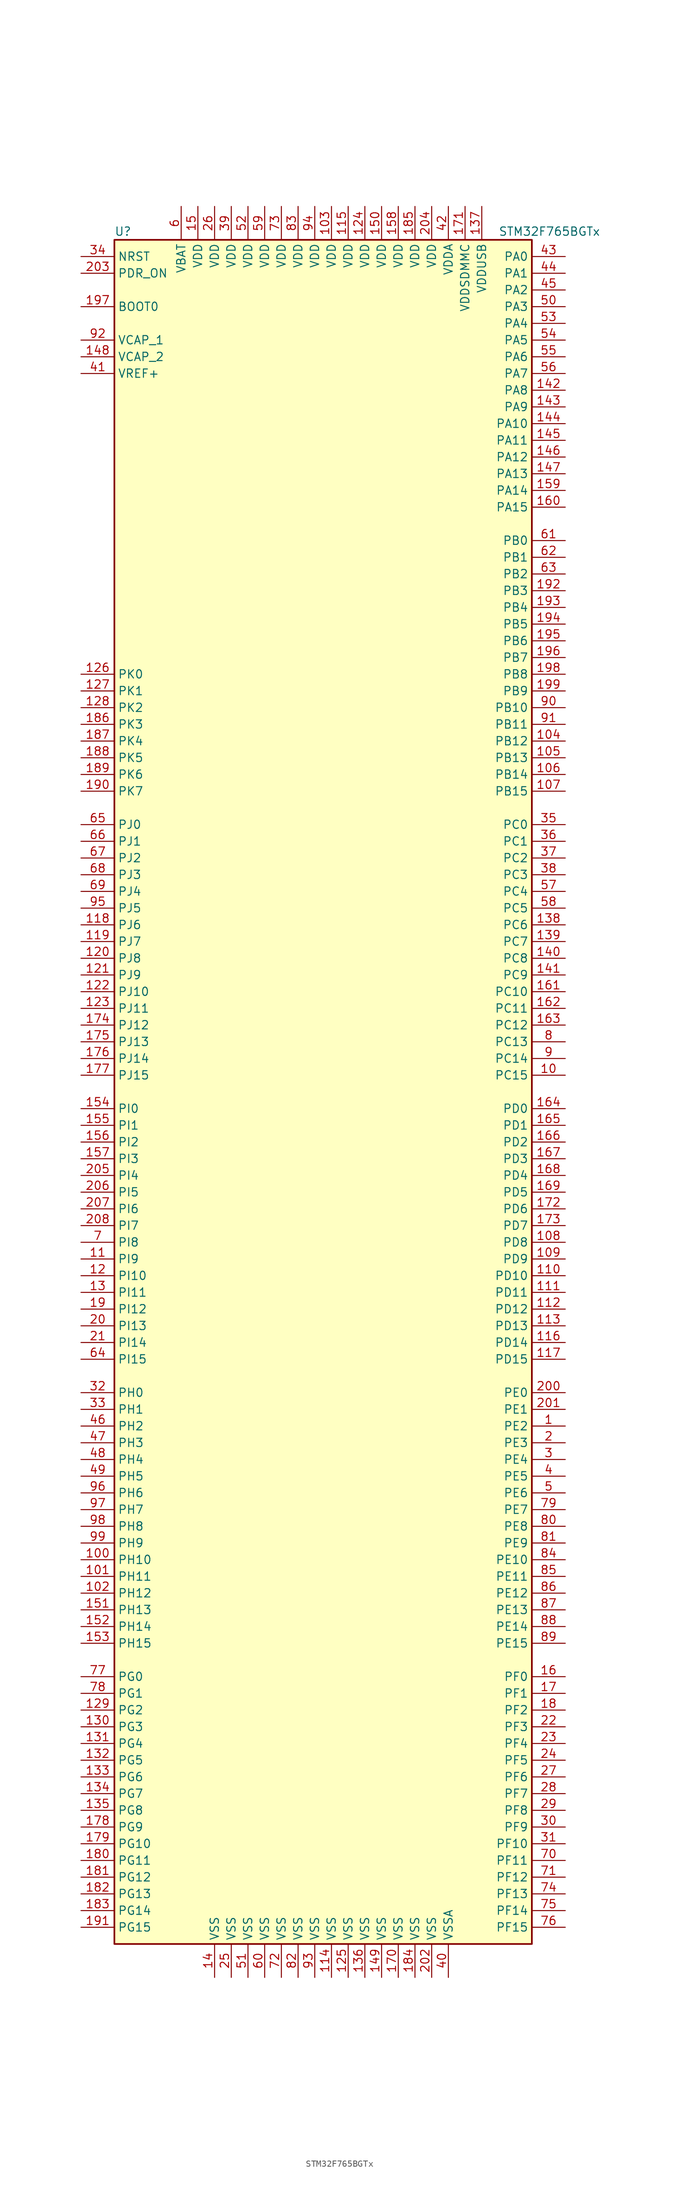
<source format=kicad_sym>
(kicad_symbol_lib
  (version 20201005)
  (generator kicad_symbol_editor)
  (symbol "STM32F765BGTx"
    (property "Reference" "U"
      (at -33.02 130.81 0)
      (effects (font (size 1.27 1.27)) (justify left)))
    (property "Value" "STM32F765BGTx"
      (at 25.4 130.81 0)
      (effects (font (size 1.27 1.27)) (justify left)))
    (symbol "STM32F765BGTx_0_1"
      (rectangle (start -33.02 -129.54) (end 30.48 129.54) (stroke (width 0.254)) (fill (type background))))
    (symbol "STM32F765BGTx_1_1"
      (pin input line (at -38.1 119.38 0) (length 5.08) (name "BOOT0" (effects (font (size 1.27 1.27)))) (number "197" (effects (font (size 1.27 1.27)))))
      (pin input line (at -38.1 127 0) (length 5.08) (name "NRST" (effects (font (size 1.27 1.27)))) (number "34" (effects (font (size 1.27 1.27)))))
      (pin bidirectional line (at 35.56 127 180) (length 5.08) (name "PA0" (effects (font (size 1.27 1.27)))) (number "43" (effects (font (size 1.27 1.27)))))
      (pin bidirectional line (at 35.56 124.46 180) (length 5.08) (name "PA1" (effects (font (size 1.27 1.27)))) (number "44" (effects (font (size 1.27 1.27)))))
      (pin bidirectional line (at 35.56 101.6 180) (length 5.08) (name "PA10" (effects (font (size 1.27 1.27)))) (number "144" (effects (font (size 1.27 1.27)))))
      (pin bidirectional line (at 35.56 99.06 180) (length 5.08) (name "PA11" (effects (font (size 1.27 1.27)))) (number "145" (effects (font (size 1.27 1.27)))))
      (pin bidirectional line (at 35.56 96.52 180) (length 5.08) (name "PA12" (effects (font (size 1.27 1.27)))) (number "146" (effects (font (size 1.27 1.27)))))
      (pin bidirectional line (at 35.56 93.98 180) (length 5.08) (name "PA13" (effects (font (size 1.27 1.27)))) (number "147" (effects (font (size 1.27 1.27)))))
      (pin bidirectional line (at 35.56 91.44 180) (length 5.08) (name "PA14" (effects (font (size 1.27 1.27)))) (number "159" (effects (font (size 1.27 1.27)))))
      (pin bidirectional line (at 35.56 88.9 180) (length 5.08) (name "PA15" (effects (font (size 1.27 1.27)))) (number "160" (effects (font (size 1.27 1.27)))))
      (pin bidirectional line (at 35.56 121.92 180) (length 5.08) (name "PA2" (effects (font (size 1.27 1.27)))) (number "45" (effects (font (size 1.27 1.27)))))
      (pin bidirectional line (at 35.56 119.38 180) (length 5.08) (name "PA3" (effects (font (size 1.27 1.27)))) (number "50" (effects (font (size 1.27 1.27)))))
      (pin bidirectional line (at 35.56 116.84 180) (length 5.08) (name "PA4" (effects (font (size 1.27 1.27)))) (number "53" (effects (font (size 1.27 1.27)))))
      (pin bidirectional line (at 35.56 114.3 180) (length 5.08) (name "PA5" (effects (font (size 1.27 1.27)))) (number "54" (effects (font (size 1.27 1.27)))))
      (pin bidirectional line (at 35.56 111.76 180) (length 5.08) (name "PA6" (effects (font (size 1.27 1.27)))) (number "55" (effects (font (size 1.27 1.27)))))
      (pin bidirectional line (at 35.56 109.22 180) (length 5.08) (name "PA7" (effects (font (size 1.27 1.27)))) (number "56" (effects (font (size 1.27 1.27)))))
      (pin bidirectional line (at 35.56 106.68 180) (length 5.08) (name "PA8" (effects (font (size 1.27 1.27)))) (number "142" (effects (font (size 1.27 1.27)))))
      (pin bidirectional line (at 35.56 104.14 180) (length 5.08) (name "PA9" (effects (font (size 1.27 1.27)))) (number "143" (effects (font (size 1.27 1.27)))))
      (pin bidirectional line (at 35.56 83.82 180) (length 5.08) (name "PB0" (effects (font (size 1.27 1.27)))) (number "61" (effects (font (size 1.27 1.27)))))
      (pin bidirectional line (at 35.56 81.28 180) (length 5.08) (name "PB1" (effects (font (size 1.27 1.27)))) (number "62" (effects (font (size 1.27 1.27)))))
      (pin bidirectional line (at 35.56 58.42 180) (length 5.08) (name "PB10" (effects (font (size 1.27 1.27)))) (number "90" (effects (font (size 1.27 1.27)))))
      (pin bidirectional line (at 35.56 55.88 180) (length 5.08) (name "PB11" (effects (font (size 1.27 1.27)))) (number "91" (effects (font (size 1.27 1.27)))))
      (pin bidirectional line (at 35.56 53.34 180) (length 5.08) (name "PB12" (effects (font (size 1.27 1.27)))) (number "104" (effects (font (size 1.27 1.27)))))
      (pin bidirectional line (at 35.56 50.8 180) (length 5.08) (name "PB13" (effects (font (size 1.27 1.27)))) (number "105" (effects (font (size 1.27 1.27)))))
      (pin bidirectional line (at 35.56 48.26 180) (length 5.08) (name "PB14" (effects (font (size 1.27 1.27)))) (number "106" (effects (font (size 1.27 1.27)))))
      (pin bidirectional line (at 35.56 45.72 180) (length 5.08) (name "PB15" (effects (font (size 1.27 1.27)))) (number "107" (effects (font (size 1.27 1.27)))))
      (pin bidirectional line (at 35.56 78.74 180) (length 5.08) (name "PB2" (effects (font (size 1.27 1.27)))) (number "63" (effects (font (size 1.27 1.27)))))
      (pin bidirectional line (at 35.56 76.2 180) (length 5.08) (name "PB3" (effects (font (size 1.27 1.27)))) (number "192" (effects (font (size 1.27 1.27)))))
      (pin bidirectional line (at 35.56 73.66 180) (length 5.08) (name "PB4" (effects (font (size 1.27 1.27)))) (number "193" (effects (font (size 1.27 1.27)))))
      (pin bidirectional line (at 35.56 71.12 180) (length 5.08) (name "PB5" (effects (font (size 1.27 1.27)))) (number "194" (effects (font (size 1.27 1.27)))))
      (pin bidirectional line (at 35.56 68.58 180) (length 5.08) (name "PB6" (effects (font (size 1.27 1.27)))) (number "195" (effects (font (size 1.27 1.27)))))
      (pin bidirectional line (at 35.56 66.04 180) (length 5.08) (name "PB7" (effects (font (size 1.27 1.27)))) (number "196" (effects (font (size 1.27 1.27)))))
      (pin bidirectional line (at 35.56 63.5 180) (length 5.08) (name "PB8" (effects (font (size 1.27 1.27)))) (number "198" (effects (font (size 1.27 1.27)))))
      (pin bidirectional line (at 35.56 60.96 180) (length 5.08) (name "PB9" (effects (font (size 1.27 1.27)))) (number "199" (effects (font (size 1.27 1.27)))))
      (pin bidirectional line (at 35.56 40.64 180) (length 5.08) (name "PC0" (effects (font (size 1.27 1.27)))) (number "35" (effects (font (size 1.27 1.27)))))
      (pin bidirectional line (at 35.56 38.1 180) (length 5.08) (name "PC1" (effects (font (size 1.27 1.27)))) (number "36" (effects (font (size 1.27 1.27)))))
      (pin bidirectional line (at 35.56 15.24 180) (length 5.08) (name "PC10" (effects (font (size 1.27 1.27)))) (number "161" (effects (font (size 1.27 1.27)))))
      (pin bidirectional line (at 35.56 12.7 180) (length 5.08) (name "PC11" (effects (font (size 1.27 1.27)))) (number "162" (effects (font (size 1.27 1.27)))))
      (pin bidirectional line (at 35.56 10.16 180) (length 5.08) (name "PC12" (effects (font (size 1.27 1.27)))) (number "163" (effects (font (size 1.27 1.27)))))
      (pin bidirectional line (at 35.56 7.62 180) (length 5.08) (name "PC13" (effects (font (size 1.27 1.27)))) (number "8" (effects (font (size 1.27 1.27)))))
      (pin bidirectional line (at 35.56 5.08 180) (length 5.08) (name "PC14" (effects (font (size 1.27 1.27)))) (number "9" (effects (font (size 1.27 1.27)))))
      (pin bidirectional line (at 35.56 2.54 180) (length 5.08) (name "PC15" (effects (font (size 1.27 1.27)))) (number "10" (effects (font (size 1.27 1.27)))))
      (pin bidirectional line (at 35.56 35.56 180) (length 5.08) (name "PC2" (effects (font (size 1.27 1.27)))) (number "37" (effects (font (size 1.27 1.27)))))
      (pin bidirectional line (at 35.56 33.02 180) (length 5.08) (name "PC3" (effects (font (size 1.27 1.27)))) (number "38" (effects (font (size 1.27 1.27)))))
      (pin bidirectional line (at 35.56 30.48 180) (length 5.08) (name "PC4" (effects (font (size 1.27 1.27)))) (number "57" (effects (font (size 1.27 1.27)))))
      (pin bidirectional line (at 35.56 27.94 180) (length 5.08) (name "PC5" (effects (font (size 1.27 1.27)))) (number "58" (effects (font (size 1.27 1.27)))))
      (pin bidirectional line (at 35.56 25.4 180) (length 5.08) (name "PC6" (effects (font (size 1.27 1.27)))) (number "138" (effects (font (size 1.27 1.27)))))
      (pin bidirectional line (at 35.56 22.86 180) (length 5.08) (name "PC7" (effects (font (size 1.27 1.27)))) (number "139" (effects (font (size 1.27 1.27)))))
      (pin bidirectional line (at 35.56 20.32 180) (length 5.08) (name "PC8" (effects (font (size 1.27 1.27)))) (number "140" (effects (font (size 1.27 1.27)))))
      (pin bidirectional line (at 35.56 17.78 180) (length 5.08) (name "PC9" (effects (font (size 1.27 1.27)))) (number "141" (effects (font (size 1.27 1.27)))))
      (pin bidirectional line (at 35.56 -2.54 180) (length 5.08) (name "PD0" (effects (font (size 1.27 1.27)))) (number "164" (effects (font (size 1.27 1.27)))))
      (pin bidirectional line (at 35.56 -5.08 180) (length 5.08) (name "PD1" (effects (font (size 1.27 1.27)))) (number "165" (effects (font (size 1.27 1.27)))))
      (pin bidirectional line (at 35.56 -27.94 180) (length 5.08) (name "PD10" (effects (font (size 1.27 1.27)))) (number "110" (effects (font (size 1.27 1.27)))))
      (pin bidirectional line (at 35.56 -30.48 180) (length 5.08) (name "PD11" (effects (font (size 1.27 1.27)))) (number "111" (effects (font (size 1.27 1.27)))))
      (pin bidirectional line (at 35.56 -33.02 180) (length 5.08) (name "PD12" (effects (font (size 1.27 1.27)))) (number "112" (effects (font (size 1.27 1.27)))))
      (pin bidirectional line (at 35.56 -35.56 180) (length 5.08) (name "PD13" (effects (font (size 1.27 1.27)))) (number "113" (effects (font (size 1.27 1.27)))))
      (pin bidirectional line (at 35.56 -38.1 180) (length 5.08) (name "PD14" (effects (font (size 1.27 1.27)))) (number "116" (effects (font (size 1.27 1.27)))))
      (pin bidirectional line (at 35.56 -40.64 180) (length 5.08) (name "PD15" (effects (font (size 1.27 1.27)))) (number "117" (effects (font (size 1.27 1.27)))))
      (pin bidirectional line (at 35.56 -7.62 180) (length 5.08) (name "PD2" (effects (font (size 1.27 1.27)))) (number "166" (effects (font (size 1.27 1.27)))))
      (pin bidirectional line (at 35.56 -10.16 180) (length 5.08) (name "PD3" (effects (font (size 1.27 1.27)))) (number "167" (effects (font (size 1.27 1.27)))))
      (pin bidirectional line (at 35.56 -12.7 180) (length 5.08) (name "PD4" (effects (font (size 1.27 1.27)))) (number "168" (effects (font (size 1.27 1.27)))))
      (pin bidirectional line (at 35.56 -15.24 180) (length 5.08) (name "PD5" (effects (font (size 1.27 1.27)))) (number "169" (effects (font (size 1.27 1.27)))))
      (pin bidirectional line (at 35.56 -17.78 180) (length 5.08) (name "PD6" (effects (font (size 1.27 1.27)))) (number "172" (effects (font (size 1.27 1.27)))))
      (pin bidirectional line (at 35.56 -20.32 180) (length 5.08) (name "PD7" (effects (font (size 1.27 1.27)))) (number "173" (effects (font (size 1.27 1.27)))))
      (pin bidirectional line (at 35.56 -22.86 180) (length 5.08) (name "PD8" (effects (font (size 1.27 1.27)))) (number "108" (effects (font (size 1.27 1.27)))))
      (pin bidirectional line (at 35.56 -25.4 180) (length 5.08) (name "PD9" (effects (font (size 1.27 1.27)))) (number "109" (effects (font (size 1.27 1.27)))))
      (pin input line (at -38.1 124.46 0) (length 5.08) (name "PDR_ON" (effects (font (size 1.27 1.27)))) (number "203" (effects (font (size 1.27 1.27)))))
      (pin bidirectional line (at 35.56 -45.72 180) (length 5.08) (name "PE0" (effects (font (size 1.27 1.27)))) (number "200" (effects (font (size 1.27 1.27)))))
      (pin bidirectional line (at 35.56 -48.26 180) (length 5.08) (name "PE1" (effects (font (size 1.27 1.27)))) (number "201" (effects (font (size 1.27 1.27)))))
      (pin bidirectional line (at 35.56 -71.12 180) (length 5.08) (name "PE10" (effects (font (size 1.27 1.27)))) (number "84" (effects (font (size 1.27 1.27)))))
      (pin bidirectional line (at 35.56 -73.66 180) (length 5.08) (name "PE11" (effects (font (size 1.27 1.27)))) (number "85" (effects (font (size 1.27 1.27)))))
      (pin bidirectional line (at 35.56 -76.2 180) (length 5.08) (name "PE12" (effects (font (size 1.27 1.27)))) (number "86" (effects (font (size 1.27 1.27)))))
      (pin bidirectional line (at 35.56 -78.74 180) (length 5.08) (name "PE13" (effects (font (size 1.27 1.27)))) (number "87" (effects (font (size 1.27 1.27)))))
      (pin bidirectional line (at 35.56 -81.28 180) (length 5.08) (name "PE14" (effects (font (size 1.27 1.27)))) (number "88" (effects (font (size 1.27 1.27)))))
      (pin bidirectional line (at 35.56 -83.82 180) (length 5.08) (name "PE15" (effects (font (size 1.27 1.27)))) (number "89" (effects (font (size 1.27 1.27)))))
      (pin bidirectional line (at 35.56 -50.8 180) (length 5.08) (name "PE2" (effects (font (size 1.27 1.27)))) (number "1" (effects (font (size 1.27 1.27)))))
      (pin bidirectional line (at 35.56 -53.34 180) (length 5.08) (name "PE3" (effects (font (size 1.27 1.27)))) (number "2" (effects (font (size 1.27 1.27)))))
      (pin bidirectional line (at 35.56 -55.88 180) (length 5.08) (name "PE4" (effects (font (size 1.27 1.27)))) (number "3" (effects (font (size 1.27 1.27)))))
      (pin bidirectional line (at 35.56 -58.42 180) (length 5.08) (name "PE5" (effects (font (size 1.27 1.27)))) (number "4" (effects (font (size 1.27 1.27)))))
      (pin bidirectional line (at 35.56 -60.96 180) (length 5.08) (name "PE6" (effects (font (size 1.27 1.27)))) (number "5" (effects (font (size 1.27 1.27)))))
      (pin bidirectional line (at 35.56 -63.5 180) (length 5.08) (name "PE7" (effects (font (size 1.27 1.27)))) (number "79" (effects (font (size 1.27 1.27)))))
      (pin bidirectional line (at 35.56 -66.04 180) (length 5.08) (name "PE8" (effects (font (size 1.27 1.27)))) (number "80" (effects (font (size 1.27 1.27)))))
      (pin bidirectional line (at 35.56 -68.58 180) (length 5.08) (name "PE9" (effects (font (size 1.27 1.27)))) (number "81" (effects (font (size 1.27 1.27)))))
      (pin bidirectional line (at 35.56 -88.9 180) (length 5.08) (name "PF0" (effects (font (size 1.27 1.27)))) (number "16" (effects (font (size 1.27 1.27)))))
      (pin bidirectional line (at 35.56 -91.44 180) (length 5.08) (name "PF1" (effects (font (size 1.27 1.27)))) (number "17" (effects (font (size 1.27 1.27)))))
      (pin bidirectional line (at 35.56 -114.3 180) (length 5.08) (name "PF10" (effects (font (size 1.27 1.27)))) (number "31" (effects (font (size 1.27 1.27)))))
      (pin bidirectional line (at 35.56 -116.84 180) (length 5.08) (name "PF11" (effects (font (size 1.27 1.27)))) (number "70" (effects (font (size 1.27 1.27)))))
      (pin bidirectional line (at 35.56 -119.38 180) (length 5.08) (name "PF12" (effects (font (size 1.27 1.27)))) (number "71" (effects (font (size 1.27 1.27)))))
      (pin bidirectional line (at 35.56 -121.92 180) (length 5.08) (name "PF13" (effects (font (size 1.27 1.27)))) (number "74" (effects (font (size 1.27 1.27)))))
      (pin bidirectional line (at 35.56 -124.46 180) (length 5.08) (name "PF14" (effects (font (size 1.27 1.27)))) (number "75" (effects (font (size 1.27 1.27)))))
      (pin bidirectional line (at 35.56 -127 180) (length 5.08) (name "PF15" (effects (font (size 1.27 1.27)))) (number "76" (effects (font (size 1.27 1.27)))))
      (pin bidirectional line (at 35.56 -93.98 180) (length 5.08) (name "PF2" (effects (font (size 1.27 1.27)))) (number "18" (effects (font (size 1.27 1.27)))))
      (pin bidirectional line (at 35.56 -96.52 180) (length 5.08) (name "PF3" (effects (font (size 1.27 1.27)))) (number "22" (effects (font (size 1.27 1.27)))))
      (pin bidirectional line (at 35.56 -99.06 180) (length 5.08) (name "PF4" (effects (font (size 1.27 1.27)))) (number "23" (effects (font (size 1.27 1.27)))))
      (pin bidirectional line (at 35.56 -101.6 180) (length 5.08) (name "PF5" (effects (font (size 1.27 1.27)))) (number "24" (effects (font (size 1.27 1.27)))))
      (pin bidirectional line (at 35.56 -104.14 180) (length 5.08) (name "PF6" (effects (font (size 1.27 1.27)))) (number "27" (effects (font (size 1.27 1.27)))))
      (pin bidirectional line (at 35.56 -106.68 180) (length 5.08) (name "PF7" (effects (font (size 1.27 1.27)))) (number "28" (effects (font (size 1.27 1.27)))))
      (pin bidirectional line (at 35.56 -109.22 180) (length 5.08) (name "PF8" (effects (font (size 1.27 1.27)))) (number "29" (effects (font (size 1.27 1.27)))))
      (pin bidirectional line (at 35.56 -111.76 180) (length 5.08) (name "PF9" (effects (font (size 1.27 1.27)))) (number "30" (effects (font (size 1.27 1.27)))))
      (pin bidirectional line (at -38.1 -88.9 0) (length 5.08) (name "PG0" (effects (font (size 1.27 1.27)))) (number "77" (effects (font (size 1.27 1.27)))))
      (pin bidirectional line (at -38.1 -91.44 0) (length 5.08) (name "PG1" (effects (font (size 1.27 1.27)))) (number "78" (effects (font (size 1.27 1.27)))))
      (pin bidirectional line (at -38.1 -114.3 0) (length 5.08) (name "PG10" (effects (font (size 1.27 1.27)))) (number "179" (effects (font (size 1.27 1.27)))))
      (pin bidirectional line (at -38.1 -116.84 0) (length 5.08) (name "PG11" (effects (font (size 1.27 1.27)))) (number "180" (effects (font (size 1.27 1.27)))))
      (pin bidirectional line (at -38.1 -119.38 0) (length 5.08) (name "PG12" (effects (font (size 1.27 1.27)))) (number "181" (effects (font (size 1.27 1.27)))))
      (pin bidirectional line (at -38.1 -121.92 0) (length 5.08) (name "PG13" (effects (font (size 1.27 1.27)))) (number "182" (effects (font (size 1.27 1.27)))))
      (pin bidirectional line (at -38.1 -124.46 0) (length 5.08) (name "PG14" (effects (font (size 1.27 1.27)))) (number "183" (effects (font (size 1.27 1.27)))))
      (pin bidirectional line (at -38.1 -127 0) (length 5.08) (name "PG15" (effects (font (size 1.27 1.27)))) (number "191" (effects (font (size 1.27 1.27)))))
      (pin bidirectional line (at -38.1 -93.98 0) (length 5.08) (name "PG2" (effects (font (size 1.27 1.27)))) (number "129" (effects (font (size 1.27 1.27)))))
      (pin bidirectional line (at -38.1 -96.52 0) (length 5.08) (name "PG3" (effects (font (size 1.27 1.27)))) (number "130" (effects (font (size 1.27 1.27)))))
      (pin bidirectional line (at -38.1 -99.06 0) (length 5.08) (name "PG4" (effects (font (size 1.27 1.27)))) (number "131" (effects (font (size 1.27 1.27)))))
      (pin bidirectional line (at -38.1 -101.6 0) (length 5.08) (name "PG5" (effects (font (size 1.27 1.27)))) (number "132" (effects (font (size 1.27 1.27)))))
      (pin bidirectional line (at -38.1 -104.14 0) (length 5.08) (name "PG6" (effects (font (size 1.27 1.27)))) (number "133" (effects (font (size 1.27 1.27)))))
      (pin bidirectional line (at -38.1 -106.68 0) (length 5.08) (name "PG7" (effects (font (size 1.27 1.27)))) (number "134" (effects (font (size 1.27 1.27)))))
      (pin bidirectional line (at -38.1 -109.22 0) (length 5.08) (name "PG8" (effects (font (size 1.27 1.27)))) (number "135" (effects (font (size 1.27 1.27)))))
      (pin bidirectional line (at -38.1 -111.76 0) (length 5.08) (name "PG9" (effects (font (size 1.27 1.27)))) (number "178" (effects (font (size 1.27 1.27)))))
      (pin input line (at -38.1 -45.72 0) (length 5.08) (name "PH0" (effects (font (size 1.27 1.27)))) (number "32" (effects (font (size 1.27 1.27)))))
      (pin input line (at -38.1 -48.26 0) (length 5.08) (name "PH1" (effects (font (size 1.27 1.27)))) (number "33" (effects (font (size 1.27 1.27)))))
      (pin bidirectional line (at -38.1 -71.12 0) (length 5.08) (name "PH10" (effects (font (size 1.27 1.27)))) (number "100" (effects (font (size 1.27 1.27)))))
      (pin bidirectional line (at -38.1 -73.66 0) (length 5.08) (name "PH11" (effects (font (size 1.27 1.27)))) (number "101" (effects (font (size 1.27 1.27)))))
      (pin bidirectional line (at -38.1 -76.2 0) (length 5.08) (name "PH12" (effects (font (size 1.27 1.27)))) (number "102" (effects (font (size 1.27 1.27)))))
      (pin bidirectional line (at -38.1 -78.74 0) (length 5.08) (name "PH13" (effects (font (size 1.27 1.27)))) (number "151" (effects (font (size 1.27 1.27)))))
      (pin bidirectional line (at -38.1 -81.28 0) (length 5.08) (name "PH14" (effects (font (size 1.27 1.27)))) (number "152" (effects (font (size 1.27 1.27)))))
      (pin bidirectional line (at -38.1 -83.82 0) (length 5.08) (name "PH15" (effects (font (size 1.27 1.27)))) (number "153" (effects (font (size 1.27 1.27)))))
      (pin bidirectional line (at -38.1 -50.8 0) (length 5.08) (name "PH2" (effects (font (size 1.27 1.27)))) (number "46" (effects (font (size 1.27 1.27)))))
      (pin bidirectional line (at -38.1 -53.34 0) (length 5.08) (name "PH3" (effects (font (size 1.27 1.27)))) (number "47" (effects (font (size 1.27 1.27)))))
      (pin bidirectional line (at -38.1 -55.88 0) (length 5.08) (name "PH4" (effects (font (size 1.27 1.27)))) (number "48" (effects (font (size 1.27 1.27)))))
      (pin bidirectional line (at -38.1 -58.42 0) (length 5.08) (name "PH5" (effects (font (size 1.27 1.27)))) (number "49" (effects (font (size 1.27 1.27)))))
      (pin bidirectional line (at -38.1 -60.96 0) (length 5.08) (name "PH6" (effects (font (size 1.27 1.27)))) (number "96" (effects (font (size 1.27 1.27)))))
      (pin bidirectional line (at -38.1 -63.5 0) (length 5.08) (name "PH7" (effects (font (size 1.27 1.27)))) (number "97" (effects (font (size 1.27 1.27)))))
      (pin bidirectional line (at -38.1 -66.04 0) (length 5.08) (name "PH8" (effects (font (size 1.27 1.27)))) (number "98" (effects (font (size 1.27 1.27)))))
      (pin bidirectional line (at -38.1 -68.58 0) (length 5.08) (name "PH9" (effects (font (size 1.27 1.27)))) (number "99" (effects (font (size 1.27 1.27)))))
      (pin bidirectional line (at -38.1 -2.54 0) (length 5.08) (name "PI0" (effects (font (size 1.27 1.27)))) (number "154" (effects (font (size 1.27 1.27)))))
      (pin bidirectional line (at -38.1 -5.08 0) (length 5.08) (name "PI1" (effects (font (size 1.27 1.27)))) (number "155" (effects (font (size 1.27 1.27)))))
      (pin bidirectional line (at -38.1 -27.94 0) (length 5.08) (name "PI10" (effects (font (size 1.27 1.27)))) (number "12" (effects (font (size 1.27 1.27)))))
      (pin bidirectional line (at -38.1 -30.48 0) (length 5.08) (name "PI11" (effects (font (size 1.27 1.27)))) (number "13" (effects (font (size 1.27 1.27)))))
      (pin bidirectional line (at -38.1 -33.02 0) (length 5.08) (name "PI12" (effects (font (size 1.27 1.27)))) (number "19" (effects (font (size 1.27 1.27)))))
      (pin bidirectional line (at -38.1 -35.56 0) (length 5.08) (name "PI13" (effects (font (size 1.27 1.27)))) (number "20" (effects (font (size 1.27 1.27)))))
      (pin bidirectional line (at -38.1 -38.1 0) (length 5.08) (name "PI14" (effects (font (size 1.27 1.27)))) (number "21" (effects (font (size 1.27 1.27)))))
      (pin bidirectional line (at -38.1 -40.64 0) (length 5.08) (name "PI15" (effects (font (size 1.27 1.27)))) (number "64" (effects (font (size 1.27 1.27)))))
      (pin bidirectional line (at -38.1 -7.62 0) (length 5.08) (name "PI2" (effects (font (size 1.27 1.27)))) (number "156" (effects (font (size 1.27 1.27)))))
      (pin bidirectional line (at -38.1 -10.16 0) (length 5.08) (name "PI3" (effects (font (size 1.27 1.27)))) (number "157" (effects (font (size 1.27 1.27)))))
      (pin bidirectional line (at -38.1 -12.7 0) (length 5.08) (name "PI4" (effects (font (size 1.27 1.27)))) (number "205" (effects (font (size 1.27 1.27)))))
      (pin bidirectional line (at -38.1 -15.24 0) (length 5.08) (name "PI5" (effects (font (size 1.27 1.27)))) (number "206" (effects (font (size 1.27 1.27)))))
      (pin bidirectional line (at -38.1 -17.78 0) (length 5.08) (name "PI6" (effects (font (size 1.27 1.27)))) (number "207" (effects (font (size 1.27 1.27)))))
      (pin bidirectional line (at -38.1 -20.32 0) (length 5.08) (name "PI7" (effects (font (size 1.27 1.27)))) (number "208" (effects (font (size 1.27 1.27)))))
      (pin bidirectional line (at -38.1 -22.86 0) (length 5.08) (name "PI8" (effects (font (size 1.27 1.27)))) (number "7" (effects (font (size 1.27 1.27)))))
      (pin bidirectional line (at -38.1 -25.4 0) (length 5.08) (name "PI9" (effects (font (size 1.27 1.27)))) (number "11" (effects (font (size 1.27 1.27)))))
      (pin bidirectional line (at -38.1 40.64 0) (length 5.08) (name "PJ0" (effects (font (size 1.27 1.27)))) (number "65" (effects (font (size 1.27 1.27)))))
      (pin bidirectional line (at -38.1 38.1 0) (length 5.08) (name "PJ1" (effects (font (size 1.27 1.27)))) (number "66" (effects (font (size 1.27 1.27)))))
      (pin bidirectional line (at -38.1 15.24 0) (length 5.08) (name "PJ10" (effects (font (size 1.27 1.27)))) (number "122" (effects (font (size 1.27 1.27)))))
      (pin bidirectional line (at -38.1 12.7 0) (length 5.08) (name "PJ11" (effects (font (size 1.27 1.27)))) (number "123" (effects (font (size 1.27 1.27)))))
      (pin bidirectional line (at -38.1 10.16 0) (length 5.08) (name "PJ12" (effects (font (size 1.27 1.27)))) (number "174" (effects (font (size 1.27 1.27)))))
      (pin bidirectional line (at -38.1 7.62 0) (length 5.08) (name "PJ13" (effects (font (size 1.27 1.27)))) (number "175" (effects (font (size 1.27 1.27)))))
      (pin bidirectional line (at -38.1 5.08 0) (length 5.08) (name "PJ14" (effects (font (size 1.27 1.27)))) (number "176" (effects (font (size 1.27 1.27)))))
      (pin bidirectional line (at -38.1 2.54 0) (length 5.08) (name "PJ15" (effects (font (size 1.27 1.27)))) (number "177" (effects (font (size 1.27 1.27)))))
      (pin bidirectional line (at -38.1 35.56 0) (length 5.08) (name "PJ2" (effects (font (size 1.27 1.27)))) (number "67" (effects (font (size 1.27 1.27)))))
      (pin bidirectional line (at -38.1 33.02 0) (length 5.08) (name "PJ3" (effects (font (size 1.27 1.27)))) (number "68" (effects (font (size 1.27 1.27)))))
      (pin bidirectional line (at -38.1 30.48 0) (length 5.08) (name "PJ4" (effects (font (size 1.27 1.27)))) (number "69" (effects (font (size 1.27 1.27)))))
      (pin bidirectional line (at -38.1 27.94 0) (length 5.08) (name "PJ5" (effects (font (size 1.27 1.27)))) (number "95" (effects (font (size 1.27 1.27)))))
      (pin bidirectional line (at -38.1 25.4 0) (length 5.08) (name "PJ6" (effects (font (size 1.27 1.27)))) (number "118" (effects (font (size 1.27 1.27)))))
      (pin bidirectional line (at -38.1 22.86 0) (length 5.08) (name "PJ7" (effects (font (size 1.27 1.27)))) (number "119" (effects (font (size 1.27 1.27)))))
      (pin bidirectional line (at -38.1 20.32 0) (length 5.08) (name "PJ8" (effects (font (size 1.27 1.27)))) (number "120" (effects (font (size 1.27 1.27)))))
      (pin bidirectional line (at -38.1 17.78 0) (length 5.08) (name "PJ9" (effects (font (size 1.27 1.27)))) (number "121" (effects (font (size 1.27 1.27)))))
      (pin bidirectional line (at -38.1 63.5 0) (length 5.08) (name "PK0" (effects (font (size 1.27 1.27)))) (number "126" (effects (font (size 1.27 1.27)))))
      (pin bidirectional line (at -38.1 60.96 0) (length 5.08) (name "PK1" (effects (font (size 1.27 1.27)))) (number "127" (effects (font (size 1.27 1.27)))))
      (pin bidirectional line (at -38.1 58.42 0) (length 5.08) (name "PK2" (effects (font (size 1.27 1.27)))) (number "128" (effects (font (size 1.27 1.27)))))
      (pin bidirectional line (at -38.1 55.88 0) (length 5.08) (name "PK3" (effects (font (size 1.27 1.27)))) (number "186" (effects (font (size 1.27 1.27)))))
      (pin bidirectional line (at -38.1 53.34 0) (length 5.08) (name "PK4" (effects (font (size 1.27 1.27)))) (number "187" (effects (font (size 1.27 1.27)))))
      (pin bidirectional line (at -38.1 50.8 0) (length 5.08) (name "PK5" (effects (font (size 1.27 1.27)))) (number "188" (effects (font (size 1.27 1.27)))))
      (pin bidirectional line (at -38.1 48.26 0) (length 5.08) (name "PK6" (effects (font (size 1.27 1.27)))) (number "189" (effects (font (size 1.27 1.27)))))
      (pin bidirectional line (at -38.1 45.72 0) (length 5.08) (name "PK7" (effects (font (size 1.27 1.27)))) (number "190" (effects (font (size 1.27 1.27)))))
      (pin power_in line (at -22.86 134.62 270) (length 5.08) (name "VBAT" (effects (font (size 1.27 1.27)))) (number "6" (effects (font (size 1.27 1.27)))))
      (pin power_in line (at -38.1 114.3 0) (length 5.08) (name "VCAP_1" (effects (font (size 1.27 1.27)))) (number "92" (effects (font (size 1.27 1.27)))))
      (pin power_in line (at -38.1 111.76 0) (length 5.08) (name "VCAP_2" (effects (font (size 1.27 1.27)))) (number "148" (effects (font (size 1.27 1.27)))))
      (pin power_in line (at 0 134.62 270) (length 5.08) (name "VDD" (effects (font (size 1.27 1.27)))) (number "103" (effects (font (size 1.27 1.27)))))
      (pin power_in line (at 2.54 134.62 270) (length 5.08) (name "VDD" (effects (font (size 1.27 1.27)))) (number "115" (effects (font (size 1.27 1.27)))))
      (pin power_in line (at 5.08 134.62 270) (length 5.08) (name "VDD" (effects (font (size 1.27 1.27)))) (number "124" (effects (font (size 1.27 1.27)))))
      (pin power_in line (at -20.32 134.62 270) (length 5.08) (name "VDD" (effects (font (size 1.27 1.27)))) (number "15" (effects (font (size 1.27 1.27)))))
      (pin power_in line (at 7.62 134.62 270) (length 5.08) (name "VDD" (effects (font (size 1.27 1.27)))) (number "150" (effects (font (size 1.27 1.27)))))
      (pin power_in line (at 10.16 134.62 270) (length 5.08) (name "VDD" (effects (font (size 1.27 1.27)))) (number "158" (effects (font (size 1.27 1.27)))))
      (pin power_in line (at 12.7 134.62 270) (length 5.08) (name "VDD" (effects (font (size 1.27 1.27)))) (number "185" (effects (font (size 1.27 1.27)))))
      (pin power_in line (at 15.24 134.62 270) (length 5.08) (name "VDD" (effects (font (size 1.27 1.27)))) (number "204" (effects (font (size 1.27 1.27)))))
      (pin power_in line (at -17.78 134.62 270) (length 5.08) (name "VDD" (effects (font (size 1.27 1.27)))) (number "26" (effects (font (size 1.27 1.27)))))
      (pin power_in line (at -15.24 134.62 270) (length 5.08) (name "VDD" (effects (font (size 1.27 1.27)))) (number "39" (effects (font (size 1.27 1.27)))))
      (pin power_in line (at -12.7 134.62 270) (length 5.08) (name "VDD" (effects (font (size 1.27 1.27)))) (number "52" (effects (font (size 1.27 1.27)))))
      (pin power_in line (at -10.16 134.62 270) (length 5.08) (name "VDD" (effects (font (size 1.27 1.27)))) (number "59" (effects (font (size 1.27 1.27)))))
      (pin power_in line (at -7.62 134.62 270) (length 5.08) (name "VDD" (effects (font (size 1.27 1.27)))) (number "73" (effects (font (size 1.27 1.27)))))
      (pin power_in line (at -5.08 134.62 270) (length 5.08) (name "VDD" (effects (font (size 1.27 1.27)))) (number "83" (effects (font (size 1.27 1.27)))))
      (pin power_in line (at -2.54 134.62 270) (length 5.08) (name "VDD" (effects (font (size 1.27 1.27)))) (number "94" (effects (font (size 1.27 1.27)))))
      (pin power_in line (at 17.78 134.62 270) (length 5.08) (name "VDDA" (effects (font (size 1.27 1.27)))) (number "42" (effects (font (size 1.27 1.27)))))
      (pin power_in line (at 20.32 134.62 270) (length 5.08) (name "VDDSDMMC" (effects (font (size 1.27 1.27)))) (number "171" (effects (font (size 1.27 1.27)))))
      (pin power_in line (at 22.86 134.62 270) (length 5.08) (name "VDDUSB" (effects (font (size 1.27 1.27)))) (number "137" (effects (font (size 1.27 1.27)))))
      (pin power_in line (at -38.1 109.22 0) (length 5.08) (name "VREF+" (effects (font (size 1.27 1.27)))) (number "41" (effects (font (size 1.27 1.27)))))
      (pin power_in line (at 0 -134.62 90) (length 5.08) (name "VSS" (effects (font (size 1.27 1.27)))) (number "114" (effects (font (size 1.27 1.27)))))
      (pin power_in line (at 2.54 -134.62 90) (length 5.08) (name "VSS" (effects (font (size 1.27 1.27)))) (number "125" (effects (font (size 1.27 1.27)))))
      (pin power_in line (at 5.08 -134.62 90) (length 5.08) (name "VSS" (effects (font (size 1.27 1.27)))) (number "136" (effects (font (size 1.27 1.27)))))
      (pin power_in line (at -17.78 -134.62 90) (length 5.08) (name "VSS" (effects (font (size 1.27 1.27)))) (number "14" (effects (font (size 1.27 1.27)))))
      (pin power_in line (at 7.62 -134.62 90) (length 5.08) (name "VSS" (effects (font (size 1.27 1.27)))) (number "149" (effects (font (size 1.27 1.27)))))
      (pin power_in line (at 10.16 -134.62 90) (length 5.08) (name "VSS" (effects (font (size 1.27 1.27)))) (number "170" (effects (font (size 1.27 1.27)))))
      (pin power_in line (at 12.7 -134.62 90) (length 5.08) (name "VSS" (effects (font (size 1.27 1.27)))) (number "184" (effects (font (size 1.27 1.27)))))
      (pin power_in line (at 15.24 -134.62 90) (length 5.08) (name "VSS" (effects (font (size 1.27 1.27)))) (number "202" (effects (font (size 1.27 1.27)))))
      (pin power_in line (at -15.24 -134.62 90) (length 5.08) (name "VSS" (effects (font (size 1.27 1.27)))) (number "25" (effects (font (size 1.27 1.27)))))
      (pin power_in line (at -12.7 -134.62 90) (length 5.08) (name "VSS" (effects (font (size 1.27 1.27)))) (number "51" (effects (font (size 1.27 1.27)))))
      (pin power_in line (at -10.16 -134.62 90) (length 5.08) (name "VSS" (effects (font (size 1.27 1.27)))) (number "60" (effects (font (size 1.27 1.27)))))
      (pin power_in line (at -7.62 -134.62 90) (length 5.08) (name "VSS" (effects (font (size 1.27 1.27)))) (number "72" (effects (font (size 1.27 1.27)))))
      (pin power_in line (at -5.08 -134.62 90) (length 5.08) (name "VSS" (effects (font (size 1.27 1.27)))) (number "82" (effects (font (size 1.27 1.27)))))
      (pin power_in line (at -2.54 -134.62 90) (length 5.08) (name "VSS" (effects (font (size 1.27 1.27)))) (number "93" (effects (font (size 1.27 1.27)))))
      (pin power_in line (at 17.78 -134.62 90) (length 5.08) (name "VSSA" (effects (font (size 1.27 1.27)))) (number "40" (effects (font (size 1.27 1.27))))))))
</source>
